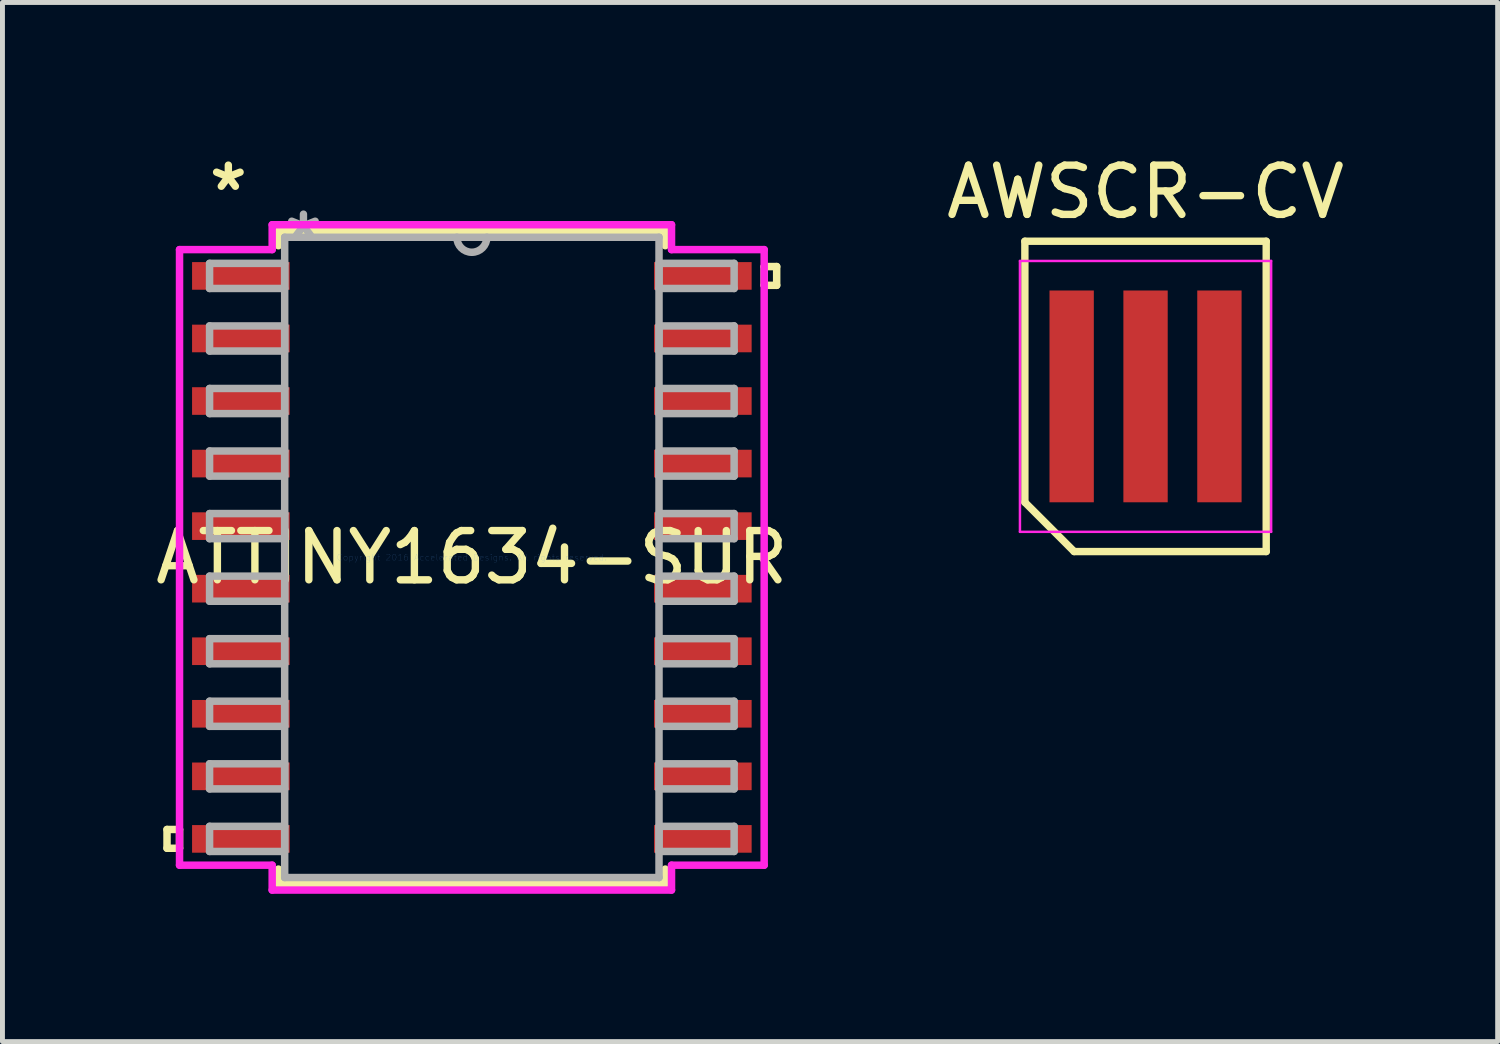
<source format=kicad_pcb>
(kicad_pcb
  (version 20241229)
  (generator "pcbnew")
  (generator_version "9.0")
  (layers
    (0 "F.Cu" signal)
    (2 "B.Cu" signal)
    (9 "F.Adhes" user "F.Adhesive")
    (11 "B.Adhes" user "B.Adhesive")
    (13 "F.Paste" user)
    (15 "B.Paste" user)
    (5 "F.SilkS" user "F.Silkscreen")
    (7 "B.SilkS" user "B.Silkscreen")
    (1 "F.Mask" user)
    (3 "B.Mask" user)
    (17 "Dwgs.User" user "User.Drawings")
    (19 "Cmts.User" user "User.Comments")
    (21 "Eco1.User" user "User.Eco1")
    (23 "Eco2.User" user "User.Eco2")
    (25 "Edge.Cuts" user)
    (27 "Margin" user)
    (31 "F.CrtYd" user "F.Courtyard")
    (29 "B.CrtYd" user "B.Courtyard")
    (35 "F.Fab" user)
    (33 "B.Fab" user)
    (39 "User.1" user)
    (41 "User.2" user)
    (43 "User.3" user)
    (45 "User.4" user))
  (footprint "ATTINY1634-SUR"
    (layer "F.Cu")
    (at 6.53 8.267)
    (property "Reference" "ATTINY1634-SUR" (at 0 0 0) (layer "F.SilkS") (effects (font (size 1 1) (thickness 0.15))))
    (attr through_hole)
    (fp_line (start -6.189 5.524) (end -6.189 5.905) (stroke (width 0.152) (type solid)) (layer "F.SilkS"))
    (fp_line (start -6.189 5.905) (end -5.935 5.905) (stroke (width 0.152) (type solid)) (layer "F.SilkS"))
    (fp_line (start -5.935 5.524) (end -6.189 5.524) (stroke (width 0.152) (type solid)) (layer "F.SilkS"))
    (fp_line (start -5.935 5.905) (end -5.935 5.524) (stroke (width 0.152) (type solid)) (layer "F.SilkS"))
    (fp_line (start -3.927 -6.627) (end -3.927 -6.328) (stroke (width 0.152) (type solid)) (layer "F.SilkS"))
    (fp_line (start -3.927 6.328) (end -3.927 6.627) (stroke (width 0.152) (type solid)) (layer "F.SilkS"))
    (fp_line (start -3.927 6.627) (end 3.927 6.627) (stroke (width 0.152) (type solid)) (layer "F.SilkS"))
    (fp_line (start 3.927 -6.627) (end -3.927 -6.627) (stroke (width 0.152) (type solid)) (layer "F.SilkS"))
    (fp_line (start 3.927 -6.328) (end 3.927 -6.627) (stroke (width 0.152) (type solid)) (layer "F.SilkS"))
    (fp_line (start 3.927 6.627) (end 3.927 6.328) (stroke (width 0.152) (type solid)) (layer "F.SilkS"))
    (fp_line (start 5.935 -5.905) (end 6.189 -5.905) (stroke (width 0.152) (type solid)) (layer "F.SilkS"))
    (fp_line (start 5.935 -5.524) (end 5.935 -5.905) (stroke (width 0.152) (type solid)) (layer "F.SilkS"))
    (fp_line (start 6.189 -5.905) (end 6.189 -5.524) (stroke (width 0.152) (type solid)) (layer "F.SilkS"))
    (fp_line (start 6.189 -5.524) (end 5.935 -5.524) (stroke (width 0.152) (type solid)) (layer "F.SilkS"))
    (fp_line (start -5.935 -6.249) (end -4.054 -6.249) (stroke (width 0.152) (type solid)) (layer "F.CrtYd"))
    (fp_line (start -5.935 6.249) (end -5.935 -6.249) (stroke (width 0.152) (type solid)) (layer "F.CrtYd"))
    (fp_line (start -4.054 -6.754) (end 4.054 -6.754) (stroke (width 0.152) (type solid)) (layer "F.CrtYd"))
    (fp_line (start -4.054 -6.249) (end -4.054 -6.754) (stroke (width 0.152) (type solid)) (layer "F.CrtYd"))
    (fp_line (start -4.054 6.249) (end -5.935 6.249) (stroke (width 0.152) (type solid)) (layer "F.CrtYd"))
    (fp_line (start -4.054 6.754) (end -4.054 6.249) (stroke (width 0.152) (type solid)) (layer "F.CrtYd"))
    (fp_line (start 4.054 -6.754) (end 4.054 -6.249) (stroke (width 0.152) (type solid)) (layer "F.CrtYd"))
    (fp_line (start 4.054 -6.249) (end 5.935 -6.249) (stroke (width 0.152) (type solid)) (layer "F.CrtYd"))
    (fp_line (start 4.054 6.249) (end 4.054 6.754) (stroke (width 0.152) (type solid)) (layer "F.CrtYd"))
    (fp_line (start 4.054 6.754) (end -4.054 6.754) (stroke (width 0.152) (type solid)) (layer "F.CrtYd"))
    (fp_line (start 5.935 -6.249) (end 5.935 6.249) (stroke (width 0.152) (type solid)) (layer "F.CrtYd"))
    (fp_line (start 5.935 6.249) (end 4.054 6.249) (stroke (width 0.152) (type solid)) (layer "F.CrtYd"))
    (fp_line (start -5.325 -5.97) (end -5.325 -5.46) (stroke (width 0.152) (type solid)) (layer "F.Fab"))
    (fp_line (start -5.325 -5.46) (end -3.8 -5.46) (stroke (width 0.152) (type solid)) (layer "F.Fab"))
    (fp_line (start -5.325 -4.7) (end -5.325 -4.19) (stroke (width 0.152) (type solid)) (layer "F.Fab"))
    (fp_line (start -5.325 -4.19) (end -3.8 -4.19) (stroke (width 0.152) (type solid)) (layer "F.Fab"))
    (fp_line (start -5.325 -3.43) (end -5.325 -2.92) (stroke (width 0.152) (type solid)) (layer "F.Fab"))
    (fp_line (start -5.325 -2.92) (end -3.8 -2.92) (stroke (width 0.152) (type solid)) (layer "F.Fab"))
    (fp_line (start -5.325 -2.16) (end -5.325 -1.65) (stroke (width 0.152) (type solid)) (layer "F.Fab"))
    (fp_line (start -5.325 -1.65) (end -3.8 -1.65) (stroke (width 0.152) (type solid)) (layer "F.Fab"))
    (fp_line (start -5.325 -0.89) (end -5.325 -0.38) (stroke (width 0.152) (type solid)) (layer "F.Fab"))
    (fp_line (start -5.325 -0.38) (end -3.8 -0.38) (stroke (width 0.152) (type solid)) (layer "F.Fab"))
    (fp_line (start -5.325 0.38) (end -5.325 0.89) (stroke (width 0.152) (type solid)) (layer "F.Fab"))
    (fp_line (start -5.325 0.89) (end -3.8 0.89) (stroke (width 0.152) (type solid)) (layer "F.Fab"))
    (fp_line (start -5.325 1.65) (end -5.325 2.16) (stroke (width 0.152) (type solid)) (layer "F.Fab"))
    (fp_line (start -5.325 2.16) (end -3.8 2.16) (stroke (width 0.152) (type solid)) (layer "F.Fab"))
    (fp_line (start -5.325 2.92) (end -5.325 3.43) (stroke (width 0.152) (type solid)) (layer "F.Fab"))
    (fp_line (start -5.325 3.43) (end -3.8 3.43) (stroke (width 0.152) (type solid)) (layer "F.Fab"))
    (fp_line (start -5.325 4.19) (end -5.325 4.7) (stroke (width 0.152) (type solid)) (layer "F.Fab"))
    (fp_line (start -5.325 4.7) (end -3.8 4.7) (stroke (width 0.152) (type solid)) (layer "F.Fab"))
    (fp_line (start -5.325 5.46) (end -5.325 5.97) (stroke (width 0.152) (type solid)) (layer "F.Fab"))
    (fp_line (start -5.325 5.97) (end -3.8 5.97) (stroke (width 0.152) (type solid)) (layer "F.Fab"))
    (fp_line (start -3.8 -6.5) (end -3.8 6.5) (stroke (width 0.152) (type solid)) (layer "F.Fab"))
    (fp_line (start -3.8 -5.97) (end -5.325 -5.97) (stroke (width 0.152) (type solid)) (layer "F.Fab"))
    (fp_line (start -3.8 -5.46) (end -3.8 -5.97) (stroke (width 0.152) (type solid)) (layer "F.Fab"))
    (fp_line (start -3.8 -4.7) (end -5.325 -4.7) (stroke (width 0.152) (type solid)) (layer "F.Fab"))
    (fp_line (start -3.8 -4.19) (end -3.8 -4.7) (stroke (width 0.152) (type solid)) (layer "F.Fab"))
    (fp_line (start -3.8 -3.43) (end -5.325 -3.43) (stroke (width 0.152) (type solid)) (layer "F.Fab"))
    (fp_line (start -3.8 -2.92) (end -3.8 -3.43) (stroke (width 0.152) (type solid)) (layer "F.Fab"))
    (fp_line (start -3.8 -2.16) (end -5.325 -2.16) (stroke (width 0.152) (type solid)) (layer "F.Fab"))
    (fp_line (start -3.8 -1.65) (end -3.8 -2.16) (stroke (width 0.152) (type solid)) (layer "F.Fab"))
    (fp_line (start -3.8 -0.89) (end -5.325 -0.89) (stroke (width 0.152) (type solid)) (layer "F.Fab"))
    (fp_line (start -3.8 -0.38) (end -3.8 -0.89) (stroke (width 0.152) (type solid)) (layer "F.Fab"))
    (fp_line (start -3.8 0.38) (end -5.325 0.38) (stroke (width 0.152) (type solid)) (layer "F.Fab"))
    (fp_line (start -3.8 0.89) (end -3.8 0.38) (stroke (width 0.152) (type solid)) (layer "F.Fab"))
    (fp_line (start -3.8 1.65) (end -5.325 1.65) (stroke (width 0.152) (type solid)) (layer "F.Fab"))
    (fp_line (start -3.8 2.16) (end -3.8 1.65) (stroke (width 0.152) (type solid)) (layer "F.Fab"))
    (fp_line (start -3.8 2.92) (end -5.325 2.92) (stroke (width 0.152) (type solid)) (layer "F.Fab"))
    (fp_line (start -3.8 3.43) (end -3.8 2.92) (stroke (width 0.152) (type solid)) (layer "F.Fab"))
    (fp_line (start -3.8 4.19) (end -5.325 4.19) (stroke (width 0.152) (type solid)) (layer "F.Fab"))
    (fp_line (start -3.8 4.7) (end -3.8 4.19) (stroke (width 0.152) (type solid)) (layer "F.Fab"))
    (fp_line (start -3.8 5.46) (end -5.325 5.46) (stroke (width 0.152) (type solid)) (layer "F.Fab"))
    (fp_line (start -3.8 5.97) (end -3.8 5.46) (stroke (width 0.152) (type solid)) (layer "F.Fab"))
    (fp_line (start -3.8 6.5) (end 3.8 6.5) (stroke (width 0.152) (type solid)) (layer "F.Fab"))
    (fp_line (start 3.8 -6.5) (end -3.8 -6.5) (stroke (width 0.152) (type solid)) (layer "F.Fab"))
    (fp_line (start 3.8 -5.97) (end 3.8 -5.46) (stroke (width 0.152) (type solid)) (layer "F.Fab"))
    (fp_line (start 3.8 -5.46) (end 5.325 -5.46) (stroke (width 0.152) (type solid)) (layer "F.Fab"))
    (fp_line (start 3.8 -4.7) (end 3.8 -4.19) (stroke (width 0.152) (type solid)) (layer "F.Fab"))
    (fp_line (start 3.8 -4.19) (end 5.325 -4.19) (stroke (width 0.152) (type solid)) (layer "F.Fab"))
    (fp_line (start 3.8 -3.43) (end 3.8 -2.92) (stroke (width 0.152) (type solid)) (layer "F.Fab"))
    (fp_line (start 3.8 -2.92) (end 5.325 -2.92) (stroke (width 0.152) (type solid)) (layer "F.Fab"))
    (fp_line (start 3.8 -2.16) (end 3.8 -1.65) (stroke (width 0.152) (type solid)) (layer "F.Fab"))
    (fp_line (start 3.8 -1.65) (end 5.325 -1.65) (stroke (width 0.152) (type solid)) (layer "F.Fab"))
    (fp_line (start 3.8 -0.89) (end 3.8 -0.38) (stroke (width 0.152) (type solid)) (layer "F.Fab"))
    (fp_line (start 3.8 -0.38) (end 5.325 -0.38) (stroke (width 0.152) (type solid)) (layer "F.Fab"))
    (fp_line (start 3.8 0.38) (end 3.8 0.89) (stroke (width 0.152) (type solid)) (layer "F.Fab"))
    (fp_line (start 3.8 0.89) (end 5.325 0.89) (stroke (width 0.152) (type solid)) (layer "F.Fab"))
    (fp_line (start 3.8 1.65) (end 3.8 2.16) (stroke (width 0.152) (type solid)) (layer "F.Fab"))
    (fp_line (start 3.8 2.16) (end 5.325 2.16) (stroke (width 0.152) (type solid)) (layer "F.Fab"))
    (fp_line (start 3.8 2.92) (end 3.8 3.43) (stroke (width 0.152) (type solid)) (layer "F.Fab"))
    (fp_line (start 3.8 3.43) (end 5.325 3.43) (stroke (width 0.152) (type solid)) (layer "F.Fab"))
    (fp_line (start 3.8 4.19) (end 3.8 4.7) (stroke (width 0.152) (type solid)) (layer "F.Fab"))
    (fp_line (start 3.8 4.7) (end 5.325 4.7) (stroke (width 0.152) (type solid)) (layer "F.Fab"))
    (fp_line (start 3.8 5.46) (end 3.8 5.97) (stroke (width 0.152) (type solid)) (layer "F.Fab"))
    (fp_line (start 3.8 5.97) (end 5.325 5.97) (stroke (width 0.152) (type solid)) (layer "F.Fab"))
    (fp_line (start 3.8 6.5) (end 3.8 -6.5) (stroke (width 0.152) (type solid)) (layer "F.Fab"))
    (fp_line (start 5.325 -5.97) (end 3.8 -5.97) (stroke (width 0.152) (type solid)) (layer "F.Fab"))
    (fp_line (start 5.325 -5.46) (end 5.325 -5.97) (stroke (width 0.152) (type solid)) (layer "F.Fab"))
    (fp_line (start 5.325 -4.7) (end 3.8 -4.7) (stroke (width 0.152) (type solid)) (layer "F.Fab"))
    (fp_line (start 5.325 -4.19) (end 5.325 -4.7) (stroke (width 0.152) (type solid)) (layer "F.Fab"))
    (fp_line (start 5.325 -3.43) (end 3.8 -3.43) (stroke (width 0.152) (type solid)) (layer "F.Fab"))
    (fp_line (start 5.325 -2.92) (end 5.325 -3.43) (stroke (width 0.152) (type solid)) (layer "F.Fab"))
    (fp_line (start 5.325 -2.16) (end 3.8 -2.16) (stroke (width 0.152) (type solid)) (layer "F.Fab"))
    (fp_line (start 5.325 -1.65) (end 5.325 -2.16) (stroke (width 0.152) (type solid)) (layer "F.Fab"))
    (fp_line (start 5.325 -0.89) (end 3.8 -0.89) (stroke (width 0.152) (type solid)) (layer "F.Fab"))
    (fp_line (start 5.325 -0.38) (end 5.325 -0.89) (stroke (width 0.152) (type solid)) (layer "F.Fab"))
    (fp_line (start 5.325 0.38) (end 3.8 0.38) (stroke (width 0.152) (type solid)) (layer "F.Fab"))
    (fp_line (start 5.325 0.89) (end 5.325 0.38) (stroke (width 0.152) (type solid)) (layer "F.Fab"))
    (fp_line (start 5.325 1.65) (end 3.8 1.65) (stroke (width 0.152) (type solid)) (layer "F.Fab"))
    (fp_line (start 5.325 2.16) (end 5.325 1.65) (stroke (width 0.152) (type solid)) (layer "F.Fab"))
    (fp_line (start 5.325 2.92) (end 3.8 2.92) (stroke (width 0.152) (type solid)) (layer "F.Fab"))
    (fp_line (start 5.325 3.43) (end 5.325 2.92) (stroke (width 0.152) (type solid)) (layer "F.Fab"))
    (fp_line (start 5.325 4.19) (end 3.8 4.19) (stroke (width 0.152) (type solid)) (layer "F.Fab"))
    (fp_line (start 5.325 4.7) (end 5.325 4.19) (stroke (width 0.152) (type solid)) (layer "F.Fab"))
    (fp_line (start 5.325 5.46) (end 3.8 5.46) (stroke (width 0.152) (type solid)) (layer "F.Fab"))
    (fp_line (start 5.325 5.97) (end 5.325 5.46) (stroke (width 0.152) (type solid)) (layer "F.Fab"))
    (fp_arc (start 0.3048 -6.5) (mid 0 -6.1952) (end -0.3048 -6.5) (stroke (width 0.1524) (type solid)) (layer "F.Fab"))
    (fp_text user "*" (at -4.944 -7.419 0) (layer "F.SilkS") (effects (font (size 1 1) (thickness 0.15))))
    (fp_text user "Copyright 2016 Accelerated Designs. All rights reserved." (at 0 0 0) (layer "Cmts.User") (effects (font (size 0.127 0.127) (thickness 0.002))))
    (fp_text user "*" (at -3.419 -6.424 0) (layer "F.Fab") (effects (font (size 1 1) (thickness 0.15))))
    (pad "1" smd rect (at -4.69 -5.715) (size 1.981 0.561) (layers "F.Cu" "F.Mask" "F.Paste"))
    (pad "2" smd rect (at -4.69 -4.445) (size 1.981 0.561) (layers "F.Cu" "F.Mask" "F.Paste"))
    (pad "3" smd rect (at -4.69 -3.175) (size 1.981 0.561) (layers "F.Cu" "F.Mask" "F.Paste"))
    (pad "4" smd rect (at -4.69 -1.905) (size 1.981 0.561) (layers "F.Cu" "F.Mask" "F.Paste"))
    (pad "5" smd rect (at -4.69 -0.635) (size 1.981 0.561) (layers "F.Cu" "F.Mask" "F.Paste"))
    (pad "6" smd rect (at -4.69 0.635) (size 1.981 0.561) (layers "F.Cu" "F.Mask" "F.Paste"))
    (pad "7" smd rect (at -4.69 1.905) (size 1.981 0.561) (layers "F.Cu" "F.Mask" "F.Paste"))
    (pad "8" smd rect (at -4.69 3.175) (size 1.981 0.561) (layers "F.Cu" "F.Mask" "F.Paste"))
    (pad "9" smd rect (at -4.69 4.445) (size 1.981 0.561) (layers "F.Cu" "F.Mask" "F.Paste"))
    (pad "10" smd rect (at -4.69 5.715) (size 1.981 0.561) (layers "F.Cu" "F.Mask" "F.Paste"))
    (pad "11" smd rect (at 4.69 5.715) (size 1.981 0.561) (layers "F.Cu" "F.Mask" "F.Paste"))
    (pad "12" smd rect (at 4.69 4.445) (size 1.981 0.561) (layers "F.Cu" "F.Mask" "F.Paste"))
    (pad "13" smd rect (at 4.69 3.175) (size 1.981 0.561) (layers "F.Cu" "F.Mask" "F.Paste"))
    (pad "14" smd rect (at 4.69 1.905) (size 1.981 0.561) (layers "F.Cu" "F.Mask" "F.Paste"))
    (pad "15" smd rect (at 4.69 0.635) (size 1.981 0.561) (layers "F.Cu" "F.Mask" "F.Paste"))
    (pad "16" smd rect (at 4.69 -0.635) (size 1.981 0.561) (layers "F.Cu" "F.Mask" "F.Paste"))
    (pad "17" smd rect (at 4.69 -1.905) (size 1.981 0.561) (layers "F.Cu" "F.Mask" "F.Paste"))
    (pad "18" smd rect (at 4.69 -3.175) (size 1.981 0.561) (layers "F.Cu" "F.Mask" "F.Paste"))
    (pad "19" smd rect (at 4.69 -4.445) (size 1.981 0.561) (layers "F.Cu" "F.Mask" "F.Paste"))
    (pad "20" smd rect (at 4.69 -5.715) (size 1.981 0.561) (layers "F.Cu" "F.Mask" "F.Paste")))
  (footprint "AWSCR-CV"
    (layer "F.Cu")
    (at 20.208 4.998)
    (property "Reference" "AWSCR-CV" (at 0 -4.15 0) (layer "F.SilkS") (effects (font (size 1 1) (thickness 0.15))))
    (attr smd)
    (fp_line (start -2.45 -3.15) (end 2.45 -3.15) (stroke (width 0.15) (type solid)) (layer "F.SilkS"))
    (fp_line (start -2.45 2.15) (end -2.45 -3.15) (stroke (width 0.15) (type solid)) (layer "F.SilkS"))
    (fp_line (start -1.45 3.15) (end -2.45 2.15) (stroke (width 0.15) (type solid)) (layer "F.SilkS"))
    (fp_line (start 2.45 -3.15) (end 2.45 3.15) (stroke (width 0.15) (type solid)) (layer "F.SilkS"))
    (fp_line (start 2.45 3.15) (end -1.45 3.15) (stroke (width 0.15) (type solid)) (layer "F.SilkS"))
    (fp_line (start -2.55 -2.75) (end 2.55 -2.75) (stroke (width 0.05) (type solid)) (layer "F.CrtYd"))
    (fp_line (start -2.55 2.75) (end -2.55 -2.75) (stroke (width 0.05) (type solid)) (layer "F.CrtYd"))
    (fp_line (start 2.55 -2.75) (end 2.55 2.75) (stroke (width 0.05) (type solid)) (layer "F.CrtYd"))
    (fp_line (start 2.55 2.75) (end -2.55 2.75) (stroke (width 0.05) (type solid)) (layer "F.CrtYd"))
    (pad "1" smd rect (at -1.5 0) (size 0.9 4.3) (layers "F.Cu" "F.Mask" "F.Paste"))
    (pad "2" smd rect (at 0 0) (size 0.9 4.3) (layers "F.Cu" "F.Mask" "F.Paste"))
    (pad "3" smd rect (at 1.5 0) (size 0.9 4.3) (layers "F.Cu" "F.Mask" "F.Paste")))
  (gr_rect
    (start -3 -3)
    (end 27.357 18.097)
    (stroke (width 0.1) (type default))
    (fill no)
    (layer "Edge.Cuts")))
</source>
